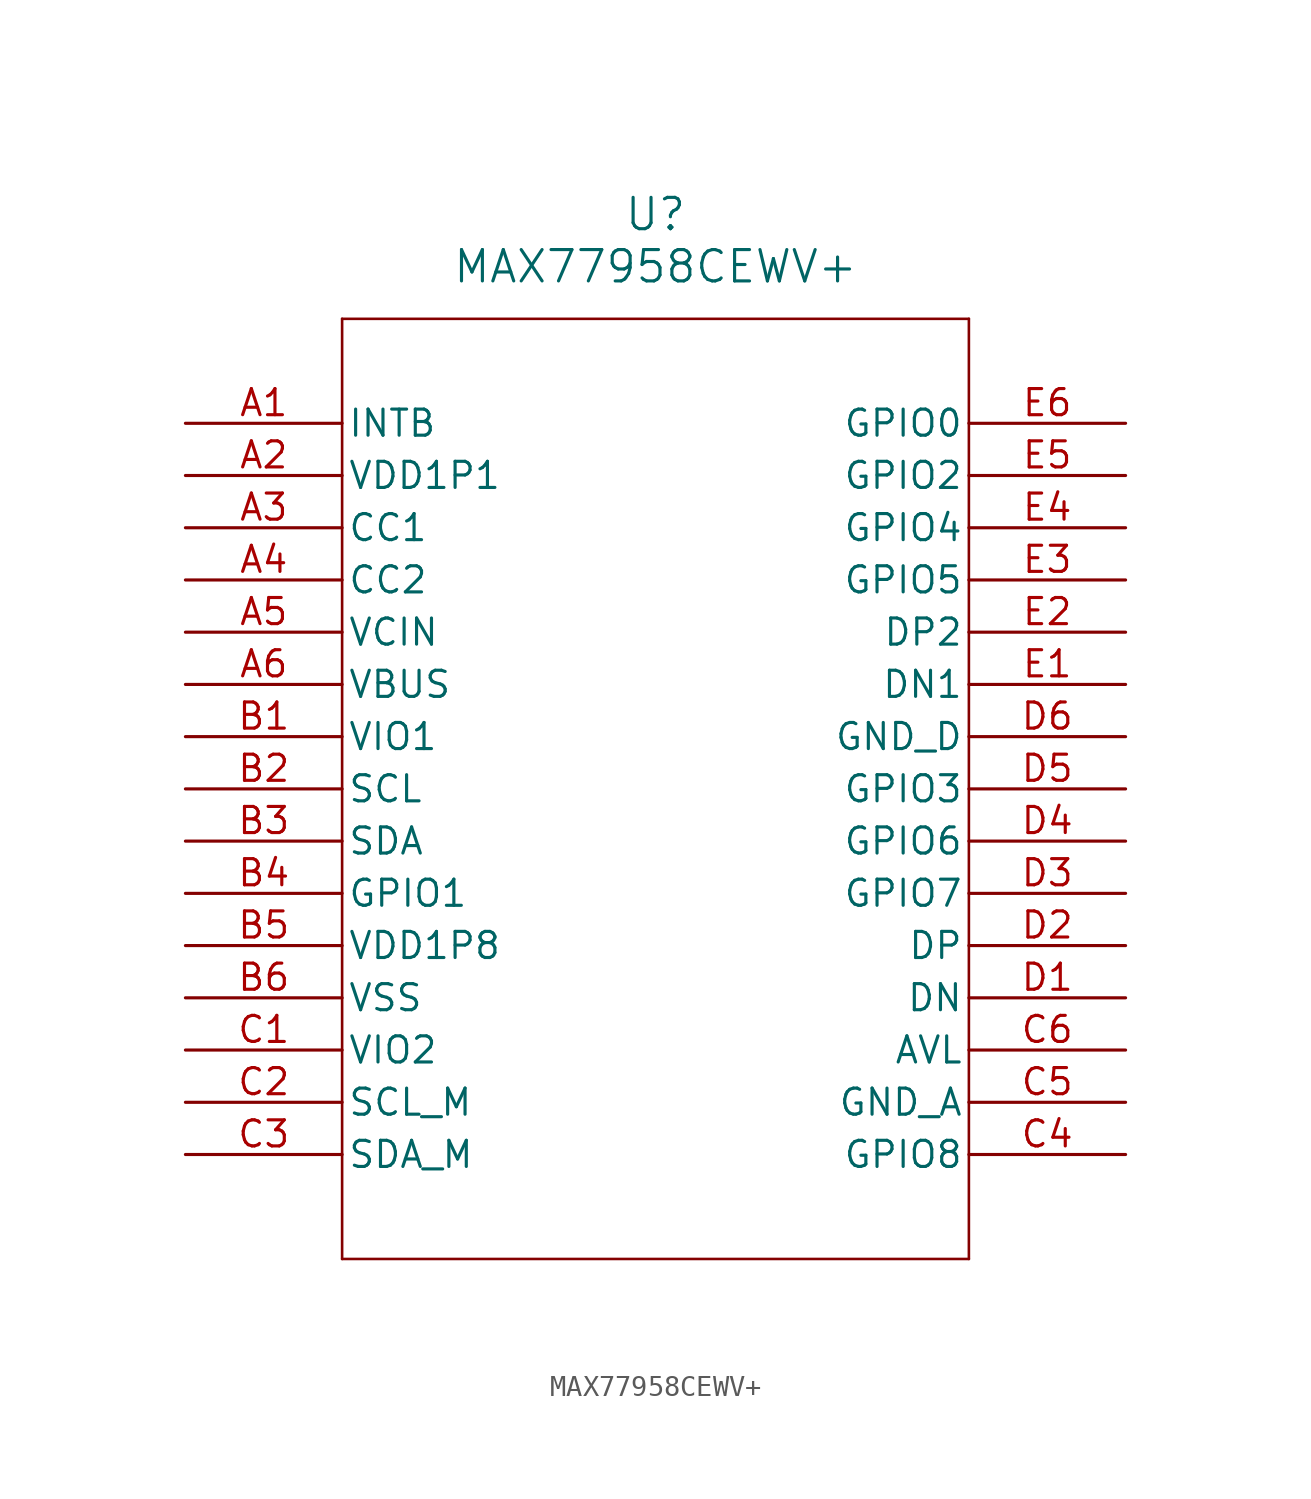
<source format=kicad_sym>
(kicad_symbol_lib
  (version 20211014)
  (generator kicad_symbol_editor)
  (symbol "MAX77958CEWV+"
    (pin_names
      (offset 0.254))
    (property "Reference" "U"
      (at 22.86 10.16 0)
      (effects (font (size 1.524 1.524))))
    (property "Value" "MAX77958CEWV+"
      (at 22.86 7.62 0)
      (effects (font (size 1.524 1.524))))
    (symbol "MAX77958CEWV+_0_1"
      (polyline (pts (xy 7.62 5.08) (xy 7.62 -40.64)) (stroke (width 0.127) (type default) (color 0 0 0 0)) (fill (type none)))
      (polyline (pts (xy 7.62 -40.64) (xy 38.1 -40.64)) (stroke (width 0.127) (type default) (color 0 0 0 0)) (fill (type none)))
      (polyline (pts (xy 38.1 -40.64) (xy 38.1 5.08)) (stroke (width 0.127) (type default) (color 0 0 0 0)) (fill (type none)))
      (polyline (pts (xy 38.1 5.08) (xy 7.62 5.08)) (stroke (width 0.127) (type default) (color 0 0 0 0)) (fill (type none)))
      (pin output line (at 0 0 0) (length 7.62) (name "INTB" (effects (font (size 1.27 1.27)))) (number "A1" (effects (font (size 1.27 1.27)))))
      (pin power_in line (at 0 -2.54 0) (length 7.62) (name "VDD1P1" (effects (font (size 1.27 1.27)))) (number "A2" (effects (font (size 1.27 1.27)))))
      (pin bidirectional line (at 0 -5.08 0) (length 7.62) (name "CC1" (effects (font (size 1.27 1.27)))) (number "A3" (effects (font (size 1.27 1.27)))))
      (pin bidirectional line (at 0 -7.62 0) (length 7.62) (name "CC2" (effects (font (size 1.27 1.27)))) (number "A4" (effects (font (size 1.27 1.27)))))
      (pin power_in line (at 0 -10.16 0) (length 7.62) (name "VCIN" (effects (font (size 1.27 1.27)))) (number "A5" (effects (font (size 1.27 1.27)))))
      (pin power_in line (at 0 -12.7 0) (length 7.62) (name "VBUS" (effects (font (size 1.27 1.27)))) (number "A6" (effects (font (size 1.27 1.27)))))
      (pin power_in line (at 0 -15.24 0) (length 7.62) (name "VIO1" (effects (font (size 1.27 1.27)))) (number "B1" (effects (font (size 1.27 1.27)))))
      (pin input line (at 0 -17.78 0) (length 7.62) (name "SCL" (effects (font (size 1.27 1.27)))) (number "B2" (effects (font (size 1.27 1.27)))))
      (pin bidirectional line (at 0 -20.32 0) (length 7.62) (name "SDA" (effects (font (size 1.27 1.27)))) (number "B3" (effects (font (size 1.27 1.27)))))
      (pin bidirectional line (at 0 -22.86 0) (length 7.62) (name "GPIO1" (effects (font (size 1.27 1.27)))) (number "B4" (effects (font (size 1.27 1.27)))))
      (pin power_in line (at 0 -25.4 0) (length 7.62) (name "VDD1P8" (effects (font (size 1.27 1.27)))) (number "B5" (effects (font (size 1.27 1.27)))))
      (pin power_out line (at 0 -27.94 0) (length 7.62) (name "VSS" (effects (font (size 1.27 1.27)))) (number "B6" (effects (font (size 1.27 1.27)))))
      (pin power_in line (at 0 -30.48 0) (length 7.62) (name "VIO2" (effects (font (size 1.27 1.27)))) (number "C1" (effects (font (size 1.27 1.27)))))
      (pin input line (at 0 -33.02 0) (length 7.62) (name "SCL_M" (effects (font (size 1.27 1.27)))) (number "C2" (effects (font (size 1.27 1.27)))))
      (pin bidirectional line (at 0 -35.56 0) (length 7.62) (name "SDA_M" (effects (font (size 1.27 1.27)))) (number "C3" (effects (font (size 1.27 1.27)))))
      (pin bidirectional line (at 45.72 -35.56 180) (length 7.62) (name "GPIO8" (effects (font (size 1.27 1.27)))) (number "C4" (effects (font (size 1.27 1.27)))))
      (pin power_out line (at 45.72 -33.02 180) (length 7.62) (name "GND_A" (effects (font (size 1.27 1.27)))) (number "C5" (effects (font (size 1.27 1.27)))))
      (pin unspecified line (at 45.72 -30.48 180) (length 7.62) (name "AVL" (effects (font (size 1.27 1.27)))) (number "C6" (effects (font (size 1.27 1.27)))))
      (pin output line (at 45.72 -27.94 180) (length 7.62) (name "DN" (effects (font (size 1.27 1.27)))) (number "D1" (effects (font (size 1.27 1.27)))))
      (pin output line (at 45.72 -25.4 180) (length 7.62) (name "DP" (effects (font (size 1.27 1.27)))) (number "D2" (effects (font (size 1.27 1.27)))))
      (pin bidirectional line (at 45.72 -22.86 180) (length 7.62) (name "GPIO7" (effects (font (size 1.27 1.27)))) (number "D3" (effects (font (size 1.27 1.27)))))
      (pin bidirectional line (at 45.72 -20.32 180) (length 7.62) (name "GPIO6" (effects (font (size 1.27 1.27)))) (number "D4" (effects (font (size 1.27 1.27)))))
      (pin bidirectional line (at 45.72 -17.78 180) (length 7.62) (name "GPIO3" (effects (font (size 1.27 1.27)))) (number "D5" (effects (font (size 1.27 1.27)))))
      (pin power_out line (at 45.72 -15.24 180) (length 7.62) (name "GND_D" (effects (font (size 1.27 1.27)))) (number "D6" (effects (font (size 1.27 1.27)))))
      (pin input line (at 45.72 -12.7 180) (length 7.62) (name "DN1" (effects (font (size 1.27 1.27)))) (number "E1" (effects (font (size 1.27 1.27)))))
      (pin input line (at 45.72 -10.16 180) (length 7.62) (name "DP2" (effects (font (size 1.27 1.27)))) (number "E2" (effects (font (size 1.27 1.27)))))
      (pin bidirectional line (at 45.72 -7.62 180) (length 7.62) (name "GPIO5" (effects (font (size 1.27 1.27)))) (number "E3" (effects (font (size 1.27 1.27)))))
      (pin bidirectional line (at 45.72 -5.08 180) (length 7.62) (name "GPIO4" (effects (font (size 1.27 1.27)))) (number "E4" (effects (font (size 1.27 1.27)))))
      (pin bidirectional line (at 45.72 -2.54 180) (length 7.62) (name "GPIO2" (effects (font (size 1.27 1.27)))) (number "E5" (effects (font (size 1.27 1.27)))))
      (pin bidirectional line (at 45.72 0 180) (length 7.62) (name "GPIO0" (effects (font (size 1.27 1.27)))) (number "E6" (effects (font (size 1.27 1.27))))))))
</source>
